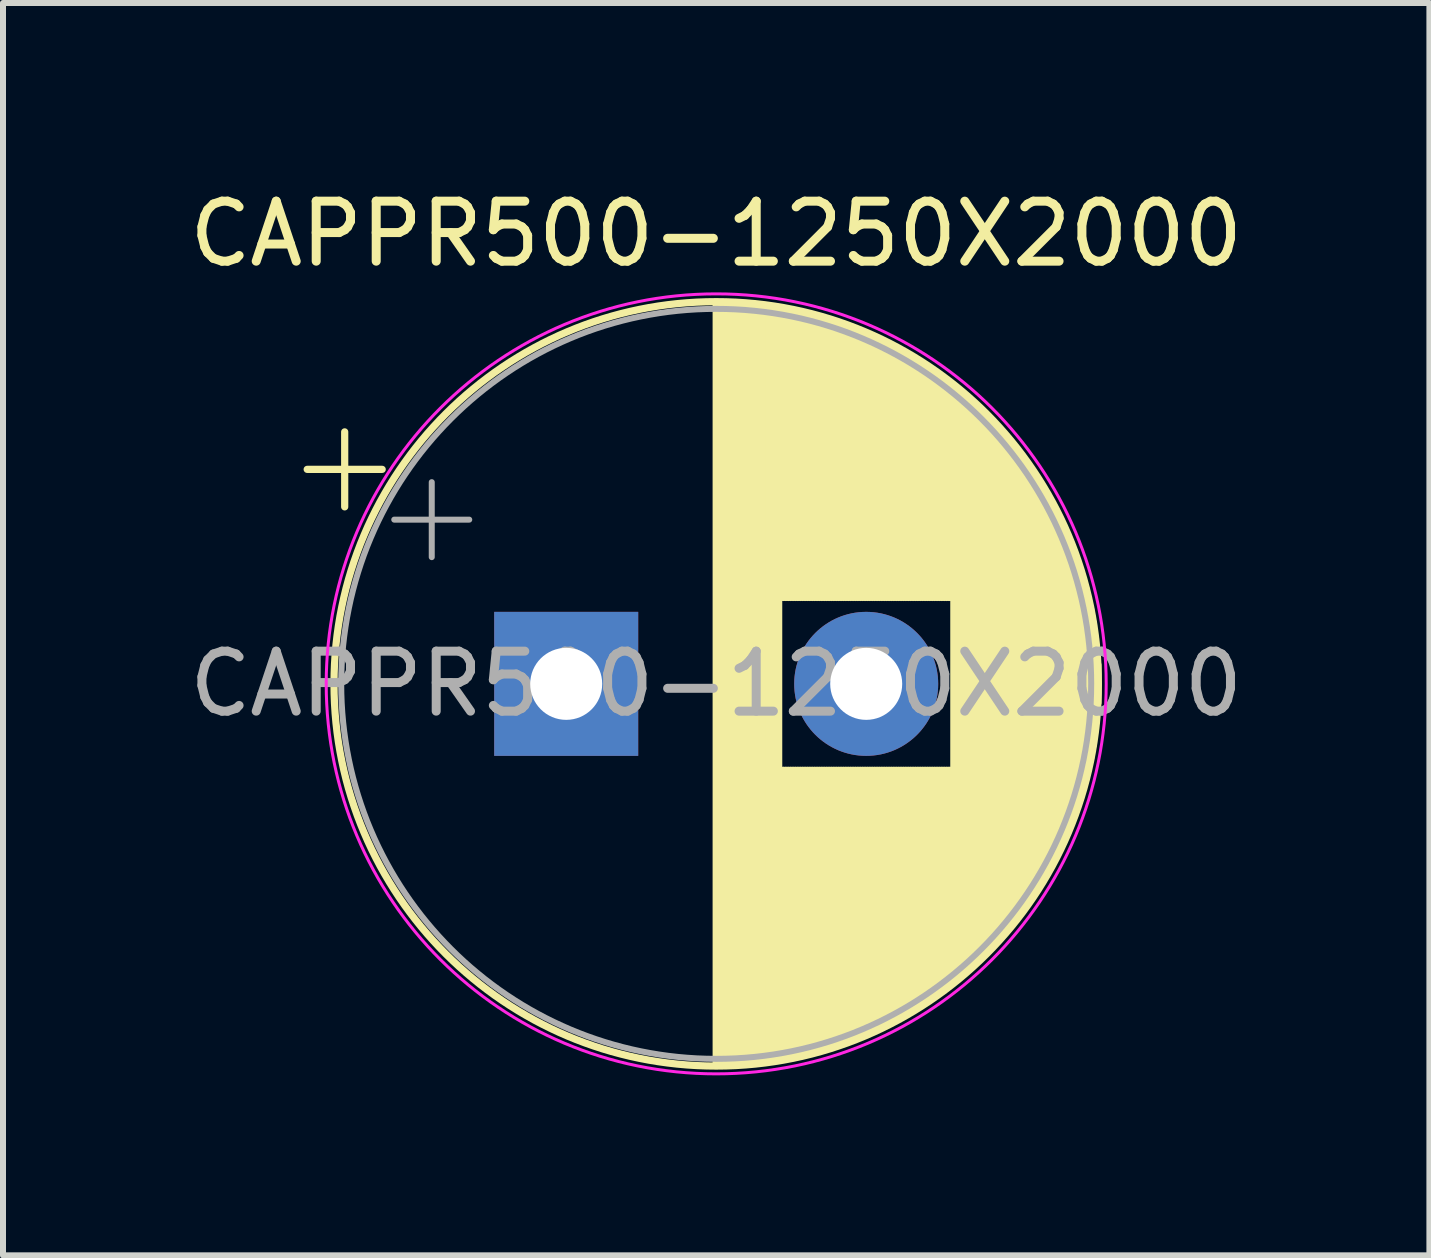
<source format=kicad_pcb>
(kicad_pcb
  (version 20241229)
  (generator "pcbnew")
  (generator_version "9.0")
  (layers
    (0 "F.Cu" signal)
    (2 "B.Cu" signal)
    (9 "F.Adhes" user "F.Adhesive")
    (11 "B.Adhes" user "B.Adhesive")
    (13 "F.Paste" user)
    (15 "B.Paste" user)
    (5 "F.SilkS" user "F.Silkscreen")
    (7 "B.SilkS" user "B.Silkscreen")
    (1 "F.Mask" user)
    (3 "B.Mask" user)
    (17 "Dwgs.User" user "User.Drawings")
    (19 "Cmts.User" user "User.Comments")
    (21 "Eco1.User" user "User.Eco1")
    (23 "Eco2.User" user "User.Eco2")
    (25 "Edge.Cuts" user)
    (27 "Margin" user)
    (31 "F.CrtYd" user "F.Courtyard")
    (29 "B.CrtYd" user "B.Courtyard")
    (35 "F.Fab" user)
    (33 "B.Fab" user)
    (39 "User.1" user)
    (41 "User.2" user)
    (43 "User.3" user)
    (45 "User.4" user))
  (footprint "CAPPR500-1250X2000"
    (layer "F.Cu")
    (at 6.387 8.348)
    (property "Reference" "CAPPR500-1250X2000" (at 2.5 -7.5 0) (layer "F.SilkS") (effects (font (size 1 1) (thickness 0.15))))
    (attr through_hole)
    (fp_line (start -4.317 -3.575) (end -3.067 -3.575) (stroke (width 0.12) (type solid)) (layer "F.SilkS"))
    (fp_line (start -3.692 -4.2) (end -3.692 -2.95) (stroke (width 0.12) (type solid)) (layer "F.SilkS"))
    (fp_line (start 2.5 -6.33) (end 2.5 6.33) (stroke (width 0.12) (type solid)) (layer "F.SilkS"))
    (fp_line (start 2.54 -6.33) (end 2.54 6.33) (stroke (width 0.12) (type solid)) (layer "F.SilkS"))
    (fp_line (start 2.58 -6.33) (end 2.58 6.33) (stroke (width 0.12) (type solid)) (layer "F.SilkS"))
    (fp_line (start 2.62 -6.329) (end 2.62 6.329) (stroke (width 0.12) (type solid)) (layer "F.SilkS"))
    (fp_line (start 2.66 -6.328) (end 2.66 6.328) (stroke (width 0.12) (type solid)) (layer "F.SilkS"))
    (fp_line (start 2.7 -6.327) (end 2.7 6.327) (stroke (width 0.12) (type solid)) (layer "F.SilkS"))
    (fp_line (start 2.74 -6.326) (end 2.74 6.326) (stroke (width 0.12) (type solid)) (layer "F.SilkS"))
    (fp_line (start 2.78 -6.324) (end 2.78 6.324) (stroke (width 0.12) (type solid)) (layer "F.SilkS"))
    (fp_line (start 2.82 -6.322) (end 2.82 6.322) (stroke (width 0.12) (type solid)) (layer "F.SilkS"))
    (fp_line (start 2.86 -6.32) (end 2.86 6.32) (stroke (width 0.12) (type solid)) (layer "F.SilkS"))
    (fp_line (start 2.9 -6.318) (end 2.9 6.318) (stroke (width 0.12) (type solid)) (layer "F.SilkS"))
    (fp_line (start 2.94 -6.315) (end 2.94 6.315) (stroke (width 0.12) (type solid)) (layer "F.SilkS"))
    (fp_line (start 2.98 -6.312) (end 2.98 6.312) (stroke (width 0.12) (type solid)) (layer "F.SilkS"))
    (fp_line (start 3.02 -6.309) (end 3.02 6.309) (stroke (width 0.12) (type solid)) (layer "F.SilkS"))
    (fp_line (start 3.06 -6.306) (end 3.06 6.306) (stroke (width 0.12) (type solid)) (layer "F.SilkS"))
    (fp_line (start 3.1 -6.302) (end 3.1 6.302) (stroke (width 0.12) (type solid)) (layer "F.SilkS"))
    (fp_line (start 3.14 -6.298) (end 3.14 6.298) (stroke (width 0.12) (type solid)) (layer "F.SilkS"))
    (fp_line (start 3.18 -6.294) (end 3.18 6.294) (stroke (width 0.12) (type solid)) (layer "F.SilkS"))
    (fp_line (start 3.221 -6.29) (end 3.221 6.29) (stroke (width 0.12) (type solid)) (layer "F.SilkS"))
    (fp_line (start 3.261 -6.285) (end 3.261 6.285) (stroke (width 0.12) (type solid)) (layer "F.SilkS"))
    (fp_line (start 3.301 -6.28) (end 3.301 6.28) (stroke (width 0.12) (type solid)) (layer "F.SilkS"))
    (fp_line (start 3.341 -6.275) (end 3.341 6.275) (stroke (width 0.12) (type solid)) (layer "F.SilkS"))
    (fp_line (start 3.381 -6.269) (end 3.381 6.269) (stroke (width 0.12) (type solid)) (layer "F.SilkS"))
    (fp_line (start 3.421 -6.264) (end 3.421 6.264) (stroke (width 0.12) (type solid)) (layer "F.SilkS"))
    (fp_line (start 3.461 -6.258) (end 3.461 6.258) (stroke (width 0.12) (type solid)) (layer "F.SilkS"))
    (fp_line (start 3.501 -6.252) (end 3.501 6.252) (stroke (width 0.12) (type solid)) (layer "F.SilkS"))
    (fp_line (start 3.541 -6.245) (end 3.541 6.245) (stroke (width 0.12) (type solid)) (layer "F.SilkS"))
    (fp_line (start 3.581 -6.238) (end 3.581 -1.44) (stroke (width 0.12) (type solid)) (layer "F.SilkS"))
    (fp_line (start 3.581 1.44) (end 3.581 6.238) (stroke (width 0.12) (type solid)) (layer "F.SilkS"))
    (fp_line (start 3.621 -6.231) (end 3.621 -1.44) (stroke (width 0.12) (type solid)) (layer "F.SilkS"))
    (fp_line (start 3.621 1.44) (end 3.621 6.231) (stroke (width 0.12) (type solid)) (layer "F.SilkS"))
    (fp_line (start 3.661 -6.224) (end 3.661 -1.44) (stroke (width 0.12) (type solid)) (layer "F.SilkS"))
    (fp_line (start 3.661 1.44) (end 3.661 6.224) (stroke (width 0.12) (type solid)) (layer "F.SilkS"))
    (fp_line (start 3.701 -6.216) (end 3.701 -1.44) (stroke (width 0.12) (type solid)) (layer "F.SilkS"))
    (fp_line (start 3.701 1.44) (end 3.701 6.216) (stroke (width 0.12) (type solid)) (layer "F.SilkS"))
    (fp_line (start 3.741 -6.209) (end 3.741 -1.44) (stroke (width 0.12) (type solid)) (layer "F.SilkS"))
    (fp_line (start 3.741 1.44) (end 3.741 6.209) (stroke (width 0.12) (type solid)) (layer "F.SilkS"))
    (fp_line (start 3.781 -6.201) (end 3.781 -1.44) (stroke (width 0.12) (type solid)) (layer "F.SilkS"))
    (fp_line (start 3.781 1.44) (end 3.781 6.201) (stroke (width 0.12) (type solid)) (layer "F.SilkS"))
    (fp_line (start 3.821 -6.192) (end 3.821 -1.44) (stroke (width 0.12) (type solid)) (layer "F.SilkS"))
    (fp_line (start 3.821 1.44) (end 3.821 6.192) (stroke (width 0.12) (type solid)) (layer "F.SilkS"))
    (fp_line (start 3.861 -6.184) (end 3.861 -1.44) (stroke (width 0.12) (type solid)) (layer "F.SilkS"))
    (fp_line (start 3.861 1.44) (end 3.861 6.184) (stroke (width 0.12) (type solid)) (layer "F.SilkS"))
    (fp_line (start 3.901 -6.175) (end 3.901 -1.44) (stroke (width 0.12) (type solid)) (layer "F.SilkS"))
    (fp_line (start 3.901 1.44) (end 3.901 6.175) (stroke (width 0.12) (type solid)) (layer "F.SilkS"))
    (fp_line (start 3.941 -6.166) (end 3.941 -1.44) (stroke (width 0.12) (type solid)) (layer "F.SilkS"))
    (fp_line (start 3.941 1.44) (end 3.941 6.166) (stroke (width 0.12) (type solid)) (layer "F.SilkS"))
    (fp_line (start 3.981 -6.156) (end 3.981 -1.44) (stroke (width 0.12) (type solid)) (layer "F.SilkS"))
    (fp_line (start 3.981 1.44) (end 3.981 6.156) (stroke (width 0.12) (type solid)) (layer "F.SilkS"))
    (fp_line (start 4.021 -6.146) (end 4.021 -1.44) (stroke (width 0.12) (type solid)) (layer "F.SilkS"))
    (fp_line (start 4.021 1.44) (end 4.021 6.146) (stroke (width 0.12) (type solid)) (layer "F.SilkS"))
    (fp_line (start 4.061 -6.137) (end 4.061 -1.44) (stroke (width 0.12) (type solid)) (layer "F.SilkS"))
    (fp_line (start 4.061 1.44) (end 4.061 6.137) (stroke (width 0.12) (type solid)) (layer "F.SilkS"))
    (fp_line (start 4.101 -6.126) (end 4.101 -1.44) (stroke (width 0.12) (type solid)) (layer "F.SilkS"))
    (fp_line (start 4.101 1.44) (end 4.101 6.126) (stroke (width 0.12) (type solid)) (layer "F.SilkS"))
    (fp_line (start 4.141 -6.116) (end 4.141 -1.44) (stroke (width 0.12) (type solid)) (layer "F.SilkS"))
    (fp_line (start 4.141 1.44) (end 4.141 6.116) (stroke (width 0.12) (type solid)) (layer "F.SilkS"))
    (fp_line (start 4.181 -6.105) (end 4.181 -1.44) (stroke (width 0.12) (type solid)) (layer "F.SilkS"))
    (fp_line (start 4.181 1.44) (end 4.181 6.105) (stroke (width 0.12) (type solid)) (layer "F.SilkS"))
    (fp_line (start 4.221 -6.094) (end 4.221 -1.44) (stroke (width 0.12) (type solid)) (layer "F.SilkS"))
    (fp_line (start 4.221 1.44) (end 4.221 6.094) (stroke (width 0.12) (type solid)) (layer "F.SilkS"))
    (fp_line (start 4.261 -6.083) (end 4.261 -1.44) (stroke (width 0.12) (type solid)) (layer "F.SilkS"))
    (fp_line (start 4.261 1.44) (end 4.261 6.083) (stroke (width 0.12) (type solid)) (layer "F.SilkS"))
    (fp_line (start 4.301 -6.071) (end 4.301 -1.44) (stroke (width 0.12) (type solid)) (layer "F.SilkS"))
    (fp_line (start 4.301 1.44) (end 4.301 6.071) (stroke (width 0.12) (type solid)) (layer "F.SilkS"))
    (fp_line (start 4.341 -6.059) (end 4.341 -1.44) (stroke (width 0.12) (type solid)) (layer "F.SilkS"))
    (fp_line (start 4.341 1.44) (end 4.341 6.059) (stroke (width 0.12) (type solid)) (layer "F.SilkS"))
    (fp_line (start 4.381 -6.047) (end 4.381 -1.44) (stroke (width 0.12) (type solid)) (layer "F.SilkS"))
    (fp_line (start 4.381 1.44) (end 4.381 6.047) (stroke (width 0.12) (type solid)) (layer "F.SilkS"))
    (fp_line (start 4.421 -6.034) (end 4.421 -1.44) (stroke (width 0.12) (type solid)) (layer "F.SilkS"))
    (fp_line (start 4.421 1.44) (end 4.421 6.034) (stroke (width 0.12) (type solid)) (layer "F.SilkS"))
    (fp_line (start 4.461 -6.021) (end 4.461 -1.44) (stroke (width 0.12) (type solid)) (layer "F.SilkS"))
    (fp_line (start 4.461 1.44) (end 4.461 6.021) (stroke (width 0.12) (type solid)) (layer "F.SilkS"))
    (fp_line (start 4.501 -6.008) (end 4.501 -1.44) (stroke (width 0.12) (type solid)) (layer "F.SilkS"))
    (fp_line (start 4.501 1.44) (end 4.501 6.008) (stroke (width 0.12) (type solid)) (layer "F.SilkS"))
    (fp_line (start 4.541 -5.995) (end 4.541 -1.44) (stroke (width 0.12) (type solid)) (layer "F.SilkS"))
    (fp_line (start 4.541 1.44) (end 4.541 5.995) (stroke (width 0.12) (type solid)) (layer "F.SilkS"))
    (fp_line (start 4.581 -5.981) (end 4.581 -1.44) (stroke (width 0.12) (type solid)) (layer "F.SilkS"))
    (fp_line (start 4.581 1.44) (end 4.581 5.981) (stroke (width 0.12) (type solid)) (layer "F.SilkS"))
    (fp_line (start 4.621 -5.967) (end 4.621 -1.44) (stroke (width 0.12) (type solid)) (layer "F.SilkS"))
    (fp_line (start 4.621 1.44) (end 4.621 5.967) (stroke (width 0.12) (type solid)) (layer "F.SilkS"))
    (fp_line (start 4.661 -5.953) (end 4.661 -1.44) (stroke (width 0.12) (type solid)) (layer "F.SilkS"))
    (fp_line (start 4.661 1.44) (end 4.661 5.953) (stroke (width 0.12) (type solid)) (layer "F.SilkS"))
    (fp_line (start 4.701 -5.939) (end 4.701 -1.44) (stroke (width 0.12) (type solid)) (layer "F.SilkS"))
    (fp_line (start 4.701 1.44) (end 4.701 5.939) (stroke (width 0.12) (type solid)) (layer "F.SilkS"))
    (fp_line (start 4.741 -5.924) (end 4.741 -1.44) (stroke (width 0.12) (type solid)) (layer "F.SilkS"))
    (fp_line (start 4.741 1.44) (end 4.741 5.924) (stroke (width 0.12) (type solid)) (layer "F.SilkS"))
    (fp_line (start 4.781 -5.908) (end 4.781 -1.44) (stroke (width 0.12) (type solid)) (layer "F.SilkS"))
    (fp_line (start 4.781 1.44) (end 4.781 5.908) (stroke (width 0.12) (type solid)) (layer "F.SilkS"))
    (fp_line (start 4.821 -5.893) (end 4.821 -1.44) (stroke (width 0.12) (type solid)) (layer "F.SilkS"))
    (fp_line (start 4.821 1.44) (end 4.821 5.893) (stroke (width 0.12) (type solid)) (layer "F.SilkS"))
    (fp_line (start 4.861 -5.877) (end 4.861 -1.44) (stroke (width 0.12) (type solid)) (layer "F.SilkS"))
    (fp_line (start 4.861 1.44) (end 4.861 5.877) (stroke (width 0.12) (type solid)) (layer "F.SilkS"))
    (fp_line (start 4.901 -5.861) (end 4.901 -1.44) (stroke (width 0.12) (type solid)) (layer "F.SilkS"))
    (fp_line (start 4.901 1.44) (end 4.901 5.861) (stroke (width 0.12) (type solid)) (layer "F.SilkS"))
    (fp_line (start 4.941 -5.845) (end 4.941 -1.44) (stroke (width 0.12) (type solid)) (layer "F.SilkS"))
    (fp_line (start 4.941 1.44) (end 4.941 5.845) (stroke (width 0.12) (type solid)) (layer "F.SilkS"))
    (fp_line (start 4.981 -5.828) (end 4.981 -1.44) (stroke (width 0.12) (type solid)) (layer "F.SilkS"))
    (fp_line (start 4.981 1.44) (end 4.981 5.828) (stroke (width 0.12) (type solid)) (layer "F.SilkS"))
    (fp_line (start 5.021 -5.811) (end 5.021 -1.44) (stroke (width 0.12) (type solid)) (layer "F.SilkS"))
    (fp_line (start 5.021 1.44) (end 5.021 5.811) (stroke (width 0.12) (type solid)) (layer "F.SilkS"))
    (fp_line (start 5.061 -5.793) (end 5.061 -1.44) (stroke (width 0.12) (type solid)) (layer "F.SilkS"))
    (fp_line (start 5.061 1.44) (end 5.061 5.793) (stroke (width 0.12) (type solid)) (layer "F.SilkS"))
    (fp_line (start 5.101 -5.776) (end 5.101 -1.44) (stroke (width 0.12) (type solid)) (layer "F.SilkS"))
    (fp_line (start 5.101 1.44) (end 5.101 5.776) (stroke (width 0.12) (type solid)) (layer "F.SilkS"))
    (fp_line (start 5.141 -5.758) (end 5.141 -1.44) (stroke (width 0.12) (type solid)) (layer "F.SilkS"))
    (fp_line (start 5.141 1.44) (end 5.141 5.758) (stroke (width 0.12) (type solid)) (layer "F.SilkS"))
    (fp_line (start 5.181 -5.739) (end 5.181 -1.44) (stroke (width 0.12) (type solid)) (layer "F.SilkS"))
    (fp_line (start 5.181 1.44) (end 5.181 5.739) (stroke (width 0.12) (type solid)) (layer "F.SilkS"))
    (fp_line (start 5.221 -5.721) (end 5.221 -1.44) (stroke (width 0.12) (type solid)) (layer "F.SilkS"))
    (fp_line (start 5.221 1.44) (end 5.221 5.721) (stroke (width 0.12) (type solid)) (layer "F.SilkS"))
    (fp_line (start 5.261 -5.702) (end 5.261 -1.44) (stroke (width 0.12) (type solid)) (layer "F.SilkS"))
    (fp_line (start 5.261 1.44) (end 5.261 5.702) (stroke (width 0.12) (type solid)) (layer "F.SilkS"))
    (fp_line (start 5.301 -5.682) (end 5.301 -1.44) (stroke (width 0.12) (type solid)) (layer "F.SilkS"))
    (fp_line (start 5.301 1.44) (end 5.301 5.682) (stroke (width 0.12) (type solid)) (layer "F.SilkS"))
    (fp_line (start 5.341 -5.662) (end 5.341 -1.44) (stroke (width 0.12) (type solid)) (layer "F.SilkS"))
    (fp_line (start 5.341 1.44) (end 5.341 5.662) (stroke (width 0.12) (type solid)) (layer "F.SilkS"))
    (fp_line (start 5.381 -5.642) (end 5.381 -1.44) (stroke (width 0.12) (type solid)) (layer "F.SilkS"))
    (fp_line (start 5.381 1.44) (end 5.381 5.642) (stroke (width 0.12) (type solid)) (layer "F.SilkS"))
    (fp_line (start 5.421 -5.622) (end 5.421 -1.44) (stroke (width 0.12) (type solid)) (layer "F.SilkS"))
    (fp_line (start 5.421 1.44) (end 5.421 5.622) (stroke (width 0.12) (type solid)) (layer "F.SilkS"))
    (fp_line (start 5.461 -5.601) (end 5.461 -1.44) (stroke (width 0.12) (type solid)) (layer "F.SilkS"))
    (fp_line (start 5.461 1.44) (end 5.461 5.601) (stroke (width 0.12) (type solid)) (layer "F.SilkS"))
    (fp_line (start 5.501 -5.58) (end 5.501 -1.44) (stroke (width 0.12) (type solid)) (layer "F.SilkS"))
    (fp_line (start 5.501 1.44) (end 5.501 5.58) (stroke (width 0.12) (type solid)) (layer "F.SilkS"))
    (fp_line (start 5.541 -5.558) (end 5.541 -1.44) (stroke (width 0.12) (type solid)) (layer "F.SilkS"))
    (fp_line (start 5.541 1.44) (end 5.541 5.558) (stroke (width 0.12) (type solid)) (layer "F.SilkS"))
    (fp_line (start 5.581 -5.536) (end 5.581 -1.44) (stroke (width 0.12) (type solid)) (layer "F.SilkS"))
    (fp_line (start 5.581 1.44) (end 5.581 5.536) (stroke (width 0.12) (type solid)) (layer "F.SilkS"))
    (fp_line (start 5.621 -5.514) (end 5.621 -1.44) (stroke (width 0.12) (type solid)) (layer "F.SilkS"))
    (fp_line (start 5.621 1.44) (end 5.621 5.514) (stroke (width 0.12) (type solid)) (layer "F.SilkS"))
    (fp_line (start 5.661 -5.491) (end 5.661 -1.44) (stroke (width 0.12) (type solid)) (layer "F.SilkS"))
    (fp_line (start 5.661 1.44) (end 5.661 5.491) (stroke (width 0.12) (type solid)) (layer "F.SilkS"))
    (fp_line (start 5.701 -5.468) (end 5.701 -1.44) (stroke (width 0.12) (type solid)) (layer "F.SilkS"))
    (fp_line (start 5.701 1.44) (end 5.701 5.468) (stroke (width 0.12) (type solid)) (layer "F.SilkS"))
    (fp_line (start 5.741 -5.445) (end 5.741 -1.44) (stroke (width 0.12) (type solid)) (layer "F.SilkS"))
    (fp_line (start 5.741 1.44) (end 5.741 5.445) (stroke (width 0.12) (type solid)) (layer "F.SilkS"))
    (fp_line (start 5.781 -5.421) (end 5.781 -1.44) (stroke (width 0.12) (type solid)) (layer "F.SilkS"))
    (fp_line (start 5.781 1.44) (end 5.781 5.421) (stroke (width 0.12) (type solid)) (layer "F.SilkS"))
    (fp_line (start 5.821 -5.397) (end 5.821 -1.44) (stroke (width 0.12) (type solid)) (layer "F.SilkS"))
    (fp_line (start 5.821 1.44) (end 5.821 5.397) (stroke (width 0.12) (type solid)) (layer "F.SilkS"))
    (fp_line (start 5.861 -5.372) (end 5.861 -1.44) (stroke (width 0.12) (type solid)) (layer "F.SilkS"))
    (fp_line (start 5.861 1.44) (end 5.861 5.372) (stroke (width 0.12) (type solid)) (layer "F.SilkS"))
    (fp_line (start 5.901 -5.347) (end 5.901 -1.44) (stroke (width 0.12) (type solid)) (layer "F.SilkS"))
    (fp_line (start 5.901 1.44) (end 5.901 5.347) (stroke (width 0.12) (type solid)) (layer "F.SilkS"))
    (fp_line (start 5.941 -5.322) (end 5.941 -1.44) (stroke (width 0.12) (type solid)) (layer "F.SilkS"))
    (fp_line (start 5.941 1.44) (end 5.941 5.322) (stroke (width 0.12) (type solid)) (layer "F.SilkS"))
    (fp_line (start 5.981 -5.296) (end 5.981 -1.44) (stroke (width 0.12) (type solid)) (layer "F.SilkS"))
    (fp_line (start 5.981 1.44) (end 5.981 5.296) (stroke (width 0.12) (type solid)) (layer "F.SilkS"))
    (fp_line (start 6.021 -5.27) (end 6.021 -1.44) (stroke (width 0.12) (type solid)) (layer "F.SilkS"))
    (fp_line (start 6.021 1.44) (end 6.021 5.27) (stroke (width 0.12) (type solid)) (layer "F.SilkS"))
    (fp_line (start 6.061 -5.243) (end 6.061 -1.44) (stroke (width 0.12) (type solid)) (layer "F.SilkS"))
    (fp_line (start 6.061 1.44) (end 6.061 5.243) (stroke (width 0.12) (type solid)) (layer "F.SilkS"))
    (fp_line (start 6.101 -5.216) (end 6.101 -1.44) (stroke (width 0.12) (type solid)) (layer "F.SilkS"))
    (fp_line (start 6.101 1.44) (end 6.101 5.216) (stroke (width 0.12) (type solid)) (layer "F.SilkS"))
    (fp_line (start 6.141 -5.188) (end 6.141 -1.44) (stroke (width 0.12) (type solid)) (layer "F.SilkS"))
    (fp_line (start 6.141 1.44) (end 6.141 5.188) (stroke (width 0.12) (type solid)) (layer "F.SilkS"))
    (fp_line (start 6.181 -5.16) (end 6.181 -1.44) (stroke (width 0.12) (type solid)) (layer "F.SilkS"))
    (fp_line (start 6.181 1.44) (end 6.181 5.16) (stroke (width 0.12) (type solid)) (layer "F.SilkS"))
    (fp_line (start 6.221 -5.131) (end 6.221 -1.44) (stroke (width 0.12) (type solid)) (layer "F.SilkS"))
    (fp_line (start 6.221 1.44) (end 6.221 5.131) (stroke (width 0.12) (type solid)) (layer "F.SilkS"))
    (fp_line (start 6.261 -5.102) (end 6.261 -1.44) (stroke (width 0.12) (type solid)) (layer "F.SilkS"))
    (fp_line (start 6.261 1.44) (end 6.261 5.102) (stroke (width 0.12) (type solid)) (layer "F.SilkS"))
    (fp_line (start 6.301 -5.073) (end 6.301 -1.44) (stroke (width 0.12) (type solid)) (layer "F.SilkS"))
    (fp_line (start 6.301 1.44) (end 6.301 5.073) (stroke (width 0.12) (type solid)) (layer "F.SilkS"))
    (fp_line (start 6.341 -5.043) (end 6.341 -1.44) (stroke (width 0.12) (type solid)) (layer "F.SilkS"))
    (fp_line (start 6.341 1.44) (end 6.341 5.043) (stroke (width 0.12) (type solid)) (layer "F.SilkS"))
    (fp_line (start 6.381 -5.012) (end 6.381 -1.44) (stroke (width 0.12) (type solid)) (layer "F.SilkS"))
    (fp_line (start 6.381 1.44) (end 6.381 5.012) (stroke (width 0.12) (type solid)) (layer "F.SilkS"))
    (fp_line (start 6.421 -4.982) (end 6.421 -1.44) (stroke (width 0.12) (type solid)) (layer "F.SilkS"))
    (fp_line (start 6.421 1.44) (end 6.421 4.982) (stroke (width 0.12) (type solid)) (layer "F.SilkS"))
    (fp_line (start 6.461 -4.95) (end 6.461 4.95) (stroke (width 0.12) (type solid)) (layer "F.SilkS"))
    (fp_line (start 6.501 -4.918) (end 6.501 4.918) (stroke (width 0.12) (type solid)) (layer "F.SilkS"))
    (fp_line (start 6.541 -4.885) (end 6.541 4.885) (stroke (width 0.12) (type solid)) (layer "F.SilkS"))
    (fp_line (start 6.581 -4.852) (end 6.581 4.852) (stroke (width 0.12) (type solid)) (layer "F.SilkS"))
    (fp_line (start 6.621 -4.819) (end 6.621 4.819) (stroke (width 0.12) (type solid)) (layer "F.SilkS"))
    (fp_line (start 6.661 -4.785) (end 6.661 4.785) (stroke (width 0.12) (type solid)) (layer "F.SilkS"))
    (fp_line (start 6.701 -4.75) (end 6.701 4.75) (stroke (width 0.12) (type solid)) (layer "F.SilkS"))
    (fp_line (start 6.741 -4.714) (end 6.741 4.714) (stroke (width 0.12) (type solid)) (layer "F.SilkS"))
    (fp_line (start 6.781 -4.678) (end 6.781 4.678) (stroke (width 0.12) (type solid)) (layer "F.SilkS"))
    (fp_line (start 6.821 -4.642) (end 6.821 4.642) (stroke (width 0.12) (type solid)) (layer "F.SilkS"))
    (fp_line (start 6.861 -4.605) (end 6.861 4.605) (stroke (width 0.12) (type solid)) (layer "F.SilkS"))
    (fp_line (start 6.901 -4.567) (end 6.901 4.567) (stroke (width 0.12) (type solid)) (layer "F.SilkS"))
    (fp_line (start 6.941 -4.528) (end 6.941 4.528) (stroke (width 0.12) (type solid)) (layer "F.SilkS"))
    (fp_line (start 6.981 -4.489) (end 6.981 4.489) (stroke (width 0.12) (type solid)) (layer "F.SilkS"))
    (fp_line (start 7.021 -4.449) (end 7.021 4.449) (stroke (width 0.12) (type solid)) (layer "F.SilkS"))
    (fp_line (start 7.061 -4.408) (end 7.061 4.408) (stroke (width 0.12) (type solid)) (layer "F.SilkS"))
    (fp_line (start 7.101 -4.367) (end 7.101 4.367) (stroke (width 0.12) (type solid)) (layer "F.SilkS"))
    (fp_line (start 7.141 -4.325) (end 7.141 4.325) (stroke (width 0.12) (type solid)) (layer "F.SilkS"))
    (fp_line (start 7.181 -4.282) (end 7.181 4.282) (stroke (width 0.12) (type solid)) (layer "F.SilkS"))
    (fp_line (start 7.221 -4.238) (end 7.221 4.238) (stroke (width 0.12) (type solid)) (layer "F.SilkS"))
    (fp_line (start 7.261 -4.194) (end 7.261 4.194) (stroke (width 0.12) (type solid)) (layer "F.SilkS"))
    (fp_line (start 7.301 -4.148) (end 7.301 4.148) (stroke (width 0.12) (type solid)) (layer "F.SilkS"))
    (fp_line (start 7.341 -4.102) (end 7.341 4.102) (stroke (width 0.12) (type solid)) (layer "F.SilkS"))
    (fp_line (start 7.381 -4.055) (end 7.381 4.055) (stroke (width 0.12) (type solid)) (layer "F.SilkS"))
    (fp_line (start 7.421 -4.007) (end 7.421 4.007) (stroke (width 0.12) (type solid)) (layer "F.SilkS"))
    (fp_line (start 7.461 -3.957) (end 7.461 3.957) (stroke (width 0.12) (type solid)) (layer "F.SilkS"))
    (fp_line (start 7.501 -3.907) (end 7.501 3.907) (stroke (width 0.12) (type solid)) (layer "F.SilkS"))
    (fp_line (start 7.541 -3.856) (end 7.541 3.856) (stroke (width 0.12) (type solid)) (layer "F.SilkS"))
    (fp_line (start 7.581 -3.804) (end 7.581 3.804) (stroke (width 0.12) (type solid)) (layer "F.SilkS"))
    (fp_line (start 7.621 -3.75) (end 7.621 3.75) (stroke (width 0.12) (type solid)) (layer "F.SilkS"))
    (fp_line (start 7.661 -3.696) (end 7.661 3.696) (stroke (width 0.12) (type solid)) (layer "F.SilkS"))
    (fp_line (start 7.701 -3.64) (end 7.701 3.64) (stroke (width 0.12) (type solid)) (layer "F.SilkS"))
    (fp_line (start 7.741 -3.583) (end 7.741 3.583) (stroke (width 0.12) (type solid)) (layer "F.SilkS"))
    (fp_line (start 7.781 -3.524) (end 7.781 3.524) (stroke (width 0.12) (type solid)) (layer "F.SilkS"))
    (fp_line (start 7.821 -3.464) (end 7.821 3.464) (stroke (width 0.12) (type solid)) (layer "F.SilkS"))
    (fp_line (start 7.861 -3.402) (end 7.861 3.402) (stroke (width 0.12) (type solid)) (layer "F.SilkS"))
    (fp_line (start 7.901 -3.339) (end 7.901 3.339) (stroke (width 0.12) (type solid)) (layer "F.SilkS"))
    (fp_line (start 7.941 -3.275) (end 7.941 3.275) (stroke (width 0.12) (type solid)) (layer "F.SilkS"))
    (fp_line (start 7.981 -3.208) (end 7.981 3.208) (stroke (width 0.12) (type solid)) (layer "F.SilkS"))
    (fp_line (start 8.021 -3.14) (end 8.021 3.14) (stroke (width 0.12) (type solid)) (layer "F.SilkS"))
    (fp_line (start 8.061 -3.069) (end 8.061 3.069) (stroke (width 0.12) (type solid)) (layer "F.SilkS"))
    (fp_line (start 8.101 -2.996) (end 8.101 2.996) (stroke (width 0.12) (type solid)) (layer "F.SilkS"))
    (fp_line (start 8.141 -2.921) (end 8.141 2.921) (stroke (width 0.12) (type solid)) (layer "F.SilkS"))
    (fp_line (start 8.181 -2.844) (end 8.181 2.844) (stroke (width 0.12) (type solid)) (layer "F.SilkS"))
    (fp_line (start 8.221 -2.764) (end 8.221 2.764) (stroke (width 0.12) (type solid)) (layer "F.SilkS"))
    (fp_line (start 8.261 -2.681) (end 8.261 2.681) (stroke (width 0.12) (type solid)) (layer "F.SilkS"))
    (fp_line (start 8.301 -2.594) (end 8.301 2.594) (stroke (width 0.12) (type solid)) (layer "F.SilkS"))
    (fp_line (start 8.341 -2.504) (end 8.341 2.504) (stroke (width 0.12) (type solid)) (layer "F.SilkS"))
    (fp_line (start 8.381 -2.41) (end 8.381 2.41) (stroke (width 0.12) (type solid)) (layer "F.SilkS"))
    (fp_line (start 8.421 -2.312) (end 8.421 2.312) (stroke (width 0.12) (type solid)) (layer "F.SilkS"))
    (fp_line (start 8.461 -2.209) (end 8.461 2.209) (stroke (width 0.12) (type solid)) (layer "F.SilkS"))
    (fp_line (start 8.501 -2.1) (end 8.501 2.1) (stroke (width 0.12) (type solid)) (layer "F.SilkS"))
    (fp_line (start 8.541 -1.984) (end 8.541 1.984) (stroke (width 0.12) (type solid)) (layer "F.SilkS"))
    (fp_line (start 8.581 -1.861) (end 8.581 1.861) (stroke (width 0.12) (type solid)) (layer "F.SilkS"))
    (fp_line (start 8.621 -1.728) (end 8.621 1.728) (stroke (width 0.12) (type solid)) (layer "F.SilkS"))
    (fp_line (start 8.661 -1.583) (end 8.661 1.583) (stroke (width 0.12) (type solid)) (layer "F.SilkS"))
    (fp_line (start 8.701 -1.422) (end 8.701 1.422) (stroke (width 0.12) (type solid)) (layer "F.SilkS"))
    (fp_line (start 8.741 -1.241) (end 8.741 1.241) (stroke (width 0.12) (type solid)) (layer "F.SilkS"))
    (fp_line (start 8.781 -1.028) (end 8.781 1.028) (stroke (width 0.12) (type solid)) (layer "F.SilkS"))
    (fp_line (start 8.821 -0.757) (end 8.821 0.757) (stroke (width 0.12) (type solid)) (layer "F.SilkS"))
    (fp_line (start 8.861 -0.317) (end 8.861 0.317) (stroke (width 0.12) (type solid)) (layer "F.SilkS"))
    (fp_circle (center 2.5 0) (end 8.87 0) (stroke (width 0.12) (type solid)) (fill no) (layer "F.SilkS"))
    (fp_circle (center 2.5 0) (end 9 0) (stroke (width 0.05) (type solid)) (fill no) (layer "F.CrtYd"))
    (fp_line (start -2.866 -2.737) (end -1.616 -2.737) (stroke (width 0.1) (type solid)) (layer "F.Fab"))
    (fp_line (start -2.241 -3.362) (end -2.241 -2.112) (stroke (width 0.1) (type solid)) (layer "F.Fab"))
    (fp_circle (center 2.5 0) (end 8.75 0) (stroke (width 0.1) (type solid)) (fill no) (layer "F.Fab"))
    (fp_text user "${REFERENCE}" (at 2.5 0 0) (layer "F.Fab") (effects (font (size 1 1) (thickness 0.15))))
    (pad "1" thru_hole rect (at 0 0) (size 2.4 2.4) (drill 1.2) (layers "*.Cu" "*.Mask"))
    (pad "2" thru_hole circle (at 5 0) (size 2.4 2.4) (drill 1.2) (layers "*.Cu" "*.Mask")))
  (gr_rect
    (start -3 -3)
    (end 20.774 17.873)
    (stroke (width 0.1) (type default))
    (fill no)
    (layer "Edge.Cuts")))
</source>
